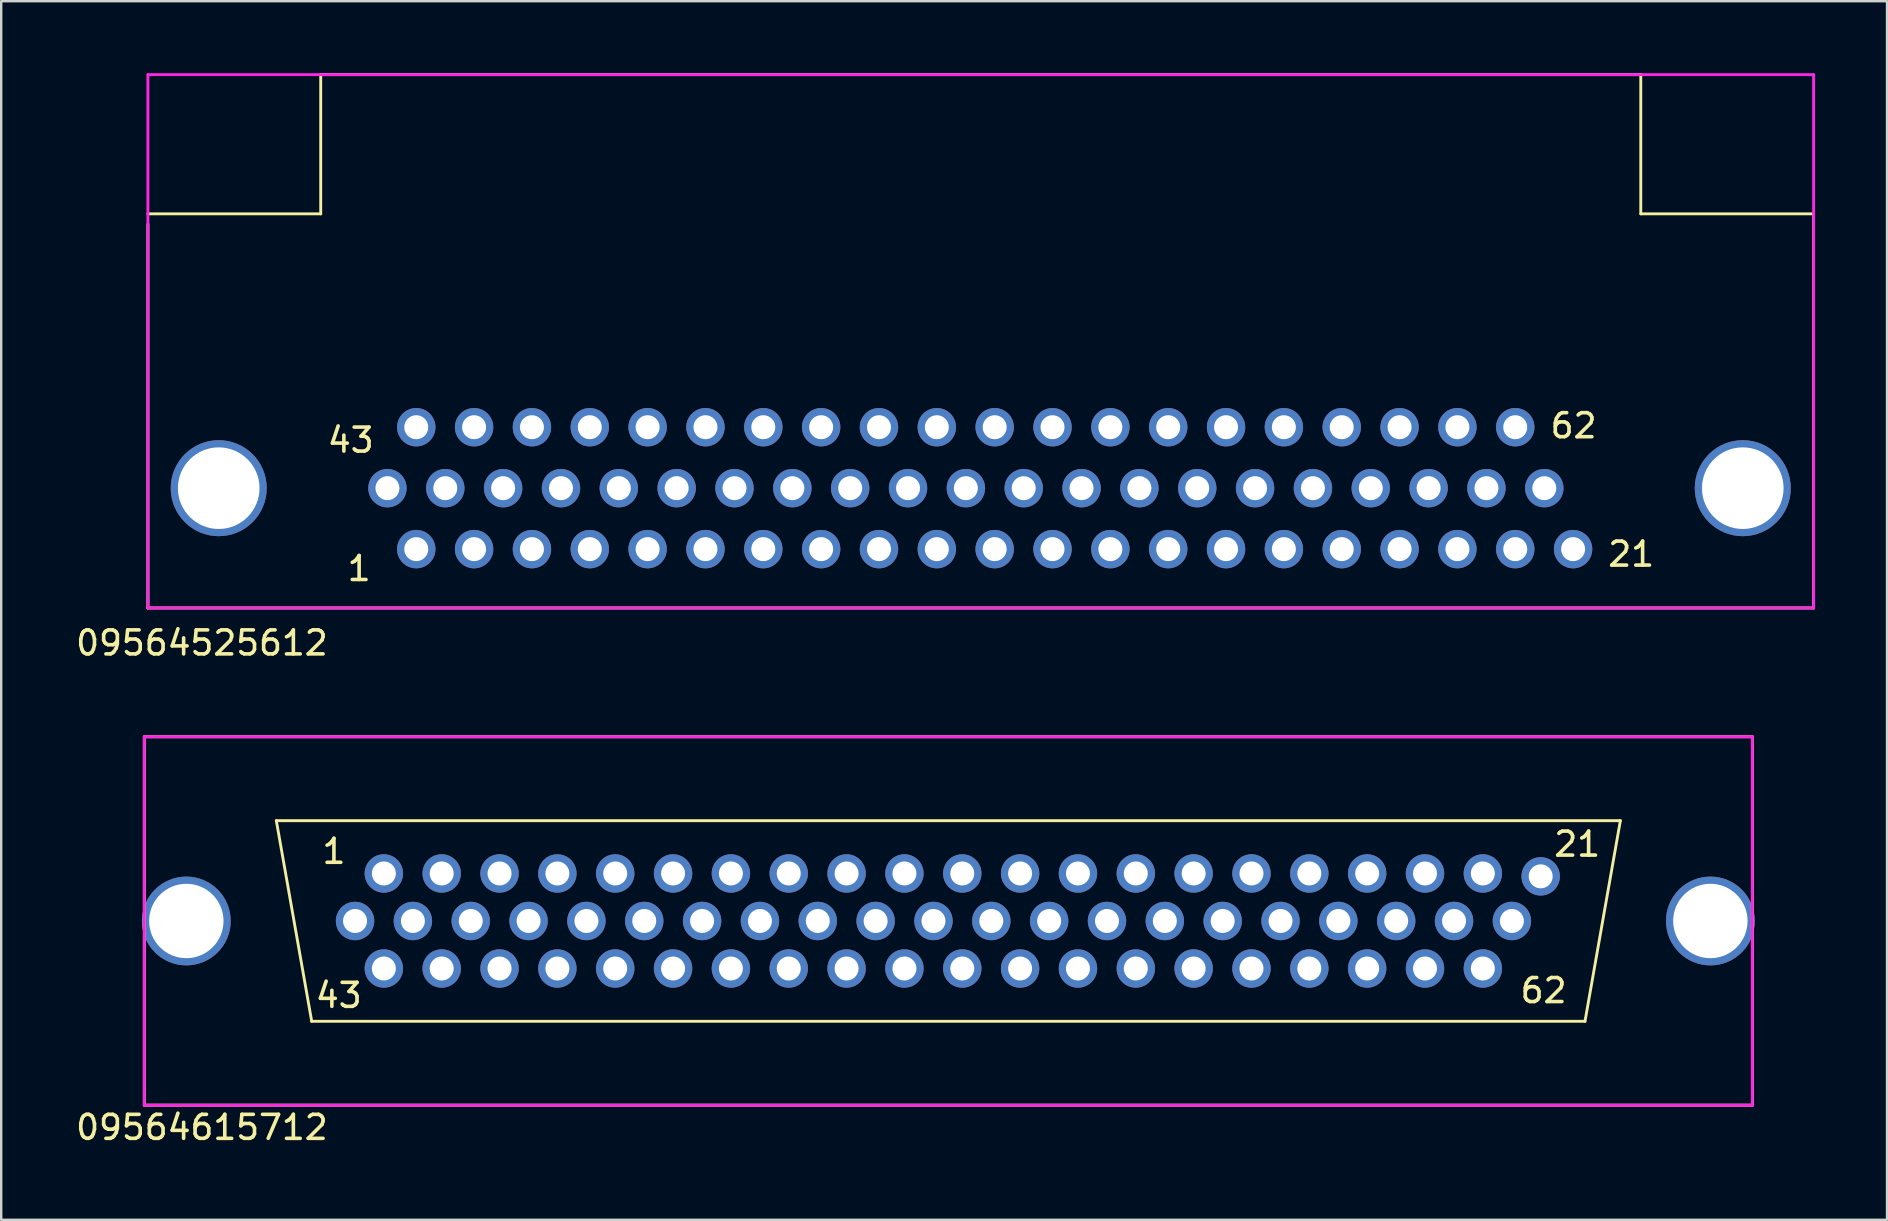
<source format=kicad_pcb>
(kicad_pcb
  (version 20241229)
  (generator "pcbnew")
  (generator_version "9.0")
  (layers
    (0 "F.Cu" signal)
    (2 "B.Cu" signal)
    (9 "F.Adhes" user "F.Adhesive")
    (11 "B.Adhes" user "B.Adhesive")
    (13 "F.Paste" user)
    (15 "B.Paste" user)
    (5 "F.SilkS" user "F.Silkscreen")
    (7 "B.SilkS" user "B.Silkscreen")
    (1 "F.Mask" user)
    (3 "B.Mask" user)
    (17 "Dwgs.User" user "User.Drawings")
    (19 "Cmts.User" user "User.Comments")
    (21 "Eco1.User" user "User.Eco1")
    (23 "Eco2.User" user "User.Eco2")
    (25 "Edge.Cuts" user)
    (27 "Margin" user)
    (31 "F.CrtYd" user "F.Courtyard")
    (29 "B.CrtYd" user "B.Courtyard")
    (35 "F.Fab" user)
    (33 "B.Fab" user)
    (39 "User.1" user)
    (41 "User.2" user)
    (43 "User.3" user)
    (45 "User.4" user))
  (footprint "09564615712"
    (layer "F.Cu")
    (at 36.463 35.323)
    (property "Reference" "09564615712" (at -31.1 8.6 0) (layer "F.SilkS") (effects (font (size 1 1) (thickness 0.15))))
    (attr through_hole)
    (fp_line (start -33.5 -7.675) (end 33.5 -7.675) (stroke (width 0.12) (type solid)) (layer "F.SilkS"))
    (fp_line (start -33.5 7.675) (end -33.5 -7.675) (stroke (width 0.12) (type solid)) (layer "F.SilkS"))
    (fp_line (start -28 -4.18) (end -26.526 4.18) (stroke (width 0.12) (type solid)) (layer "F.SilkS"))
    (fp_line (start -28 -4.18) (end 28 -4.18) (stroke (width 0.12) (type solid)) (layer "F.SilkS"))
    (fp_line (start -26.526 4.18) (end 26.526 4.18) (stroke (width 0.12) (type solid)) (layer "F.SilkS"))
    (fp_line (start 28 -4.18) (end 26.526 4.18) (stroke (width 0.12) (type solid)) (layer "F.SilkS"))
    (fp_line (start 33.5 -7.675) (end 33.5 7.675) (stroke (width 0.12) (type solid)) (layer "F.SilkS"))
    (fp_line (start 33.5 7.675) (end -33.5 7.675) (stroke (width 0.12) (type solid)) (layer "F.SilkS"))
    (fp_line (start -33.5 -7.675) (end 33.5 -7.675) (stroke (width 0.12) (type solid)) (layer "F.CrtYd"))
    (fp_line (start -33.5 7.675) (end -33.5 -7.675) (stroke (width 0.12) (type solid)) (layer "F.CrtYd"))
    (fp_line (start 33.5 -7.675) (end 33.5 7.675) (stroke (width 0.12) (type solid)) (layer "F.CrtYd"))
    (fp_line (start 33.5 7.675) (end -33.5 7.675) (stroke (width 0.12) (type solid)) (layer "F.CrtYd"))
    (fp_text user "43" (at -25.4 3.1 180) (layer "F.SilkS") (effects (font (size 1 1) (thickness 0.15))))
    (fp_text user "62" (at 24.8 2.9 180) (layer "F.SilkS") (effects (font (size 1 1) (thickness 0.15))))
    (fp_text user "1" (at -25.6 -2.9 0) (layer "F.SilkS") (effects (font (size 1 1) (thickness 0.15))))
    (fp_text user "21" (at 26.2 -3.2 180) (layer "F.SilkS") (effects (font (size 1 1) (thickness 0.15))))
    (pad "1" thru_hole circle (at -23.52 -1.98 180) (size 1.6 1.6) (drill 1) (layers "*.Cu" "*.Mask"))
    (pad "2" thru_hole circle (at -21.11 -1.98 180) (size 1.6 1.6) (drill 1) (layers "*.Cu" "*.Mask"))
    (pad "3" thru_hole circle (at -18.7 -1.98 180) (size 1.6 1.6) (drill 1) (layers "*.Cu" "*.Mask"))
    (pad "4" thru_hole circle (at -16.29 -1.98 180) (size 1.6 1.6) (drill 1) (layers "*.Cu" "*.Mask"))
    (pad "5" thru_hole circle (at -13.88 -1.98 180) (size 1.6 1.6) (drill 1) (layers "*.Cu" "*.Mask"))
    (pad "6" thru_hole circle (at -11.47 -1.98 180) (size 1.6 1.6) (drill 1) (layers "*.Cu" "*.Mask"))
    (pad "7" thru_hole circle (at -9.06 -1.98 180) (size 1.6 1.6) (drill 1) (layers "*.Cu" "*.Mask"))
    (pad "8" thru_hole circle (at -6.65 -1.98 180) (size 1.6 1.6) (drill 1) (layers "*.Cu" "*.Mask"))
    (pad "9" thru_hole circle (at -4.24 -1.98 180) (size 1.6 1.6) (drill 1) (layers "*.Cu" "*.Mask"))
    (pad "10" thru_hole circle (at -1.83 -1.98 180) (size 1.6 1.6) (drill 1) (layers "*.Cu" "*.Mask"))
    (pad "11" thru_hole circle (at 0.58 -1.98 180) (size 1.6 1.6) (drill 1) (layers "*.Cu" "*.Mask"))
    (pad "12" thru_hole circle (at 2.99 -1.98 180) (size 1.6 1.6) (drill 1) (layers "*.Cu" "*.Mask"))
    (pad "13" thru_hole circle (at 5.4 -1.98 180) (size 1.6 1.6) (drill 1) (layers "*.Cu" "*.Mask"))
    (pad "14" thru_hole circle (at 7.81 -1.98 180) (size 1.6 1.6) (drill 1) (layers "*.Cu" "*.Mask"))
    (pad "15" thru_hole circle (at 10.22 -1.98 180) (size 1.6 1.6) (drill 1) (layers "*.Cu" "*.Mask"))
    (pad "16" thru_hole circle (at 12.63 -1.98 180) (size 1.6 1.6) (drill 1) (layers "*.Cu" "*.Mask"))
    (pad "17" thru_hole circle (at 15.04 -1.98 180) (size 1.6 1.6) (drill 1) (layers "*.Cu" "*.Mask"))
    (pad "18" thru_hole circle (at 17.45 -1.98 180) (size 1.6 1.6) (drill 1) (layers "*.Cu" "*.Mask"))
    (pad "19" thru_hole circle (at 19.86 -1.98 180) (size 1.6 1.6) (drill 1) (layers "*.Cu" "*.Mask"))
    (pad "20" thru_hole circle (at 22.27 -1.98 180) (size 1.6 1.6) (drill 1) (layers "*.Cu" "*.Mask"))
    (pad "21" thru_hole circle (at 24.68 -1.86 180) (size 1.6 1.6) (drill 1) (layers "*.Cu" "*.Mask"))
    (pad "22" thru_hole circle (at -24.72 0 180) (size 1.6 1.6) (drill 1) (layers "*.Cu" "*.Mask"))
    (pad "23" thru_hole circle (at -22.31 0 180) (size 1.6 1.6) (drill 1) (layers "*.Cu" "*.Mask"))
    (pad "24" thru_hole circle (at -19.9 0 180) (size 1.6 1.6) (drill 1) (layers "*.Cu" "*.Mask"))
    (pad "25" thru_hole circle (at -17.49 0 180) (size 1.6 1.6) (drill 1) (layers "*.Cu" "*.Mask"))
    (pad "26" thru_hole circle (at -15.08 0 180) (size 1.6 1.6) (drill 1) (layers "*.Cu" "*.Mask"))
    (pad "27" thru_hole circle (at -12.67 0 180) (size 1.6 1.6) (drill 1) (layers "*.Cu" "*.Mask"))
    (pad "28" thru_hole circle (at -10.26 0 180) (size 1.6 1.6) (drill 1) (layers "*.Cu" "*.Mask"))
    (pad "29" thru_hole circle (at -7.85 0 180) (size 1.6 1.6) (drill 1) (layers "*.Cu" "*.Mask"))
    (pad "30" thru_hole circle (at -5.44 0 180) (size 1.6 1.6) (drill 1) (layers "*.Cu" "*.Mask"))
    (pad "31" thru_hole circle (at -3.03 0 180) (size 1.6 1.6) (drill 1) (layers "*.Cu" "*.Mask"))
    (pad "32" thru_hole circle (at -0.62 0 180) (size 1.6 1.6) (drill 1) (layers "*.Cu" "*.Mask"))
    (pad "33" thru_hole circle (at 1.79 0 180) (size 1.6 1.6) (drill 1) (layers "*.Cu" "*.Mask"))
    (pad "34" thru_hole circle (at 4.2 0 180) (size 1.6 1.6) (drill 1) (layers "*.Cu" "*.Mask"))
    (pad "35" thru_hole circle (at 6.61 0 180) (size 1.6 1.6) (drill 1) (layers "*.Cu" "*.Mask"))
    (pad "36" thru_hole circle (at 9.02 0 180) (size 1.6 1.6) (drill 1) (layers "*.Cu" "*.Mask"))
    (pad "37" thru_hole circle (at 11.43 0 180) (size 1.6 1.6) (drill 1) (layers "*.Cu" "*.Mask"))
    (pad "38" thru_hole circle (at 13.84 0 180) (size 1.6 1.6) (drill 1) (layers "*.Cu" "*.Mask"))
    (pad "39" thru_hole circle (at 16.25 0 180) (size 1.6 1.6) (drill 1) (layers "*.Cu" "*.Mask"))
    (pad "40" thru_hole circle (at 18.66 0 180) (size 1.6 1.6) (drill 1) (layers "*.Cu" "*.Mask"))
    (pad "41" thru_hole circle (at 21.07 0 180) (size 1.6 1.6) (drill 1) (layers "*.Cu" "*.Mask"))
    (pad "42" thru_hole circle (at 23.48 0 180) (size 1.6 1.6) (drill 1) (layers "*.Cu" "*.Mask"))
    (pad "43" thru_hole circle (at -23.52 1.98 180) (size 1.6 1.6) (drill 1) (layers "*.Cu" "*.Mask"))
    (pad "44" thru_hole circle (at -21.11 1.98 180) (size 1.6 1.6) (drill 1) (layers "*.Cu" "*.Mask"))
    (pad "45" thru_hole circle (at -18.7 1.98 180) (size 1.6 1.6) (drill 1) (layers "*.Cu" "*.Mask"))
    (pad "46" thru_hole circle (at -16.29 1.98 180) (size 1.6 1.6) (drill 1) (layers "*.Cu" "*.Mask"))
    (pad "47" thru_hole circle (at -13.88 1.98 180) (size 1.6 1.6) (drill 1) (layers "*.Cu" "*.Mask"))
    (pad "48" thru_hole circle (at -11.47 1.98 180) (size 1.6 1.6) (drill 1) (layers "*.Cu" "*.Mask"))
    (pad "49" thru_hole circle (at -9.06 1.98 180) (size 1.6 1.6) (drill 1) (layers "*.Cu" "*.Mask"))
    (pad "50" thru_hole circle (at -6.65 1.98 180) (size 1.6 1.6) (drill 1) (layers "*.Cu" "*.Mask"))
    (pad "51" thru_hole circle (at -4.24 1.98 180) (size 1.6 1.6) (drill 1) (layers "*.Cu" "*.Mask"))
    (pad "52" thru_hole circle (at -1.83 1.98 180) (size 1.6 1.6) (drill 1) (layers "*.Cu" "*.Mask"))
    (pad "53" thru_hole circle (at 0.58 1.98 180) (size 1.6 1.6) (drill 1) (layers "*.Cu" "*.Mask"))
    (pad "54" thru_hole circle (at 2.99 1.98 180) (size 1.6 1.6) (drill 1) (layers "*.Cu" "*.Mask"))
    (pad "55" thru_hole circle (at 5.4 1.98 180) (size 1.6 1.6) (drill 1) (layers "*.Cu" "*.Mask"))
    (pad "56" thru_hole circle (at 7.81 1.98 180) (size 1.6 1.6) (drill 1) (layers "*.Cu" "*.Mask"))
    (pad "57" thru_hole circle (at 10.22 1.98 180) (size 1.6 1.6) (drill 1) (layers "*.Cu" "*.Mask"))
    (pad "58" thru_hole circle (at 12.63 1.98 180) (size 1.6 1.6) (drill 1) (layers "*.Cu" "*.Mask"))
    (pad "59" thru_hole circle (at 15.04 1.98 180) (size 1.6 1.6) (drill 1) (layers "*.Cu" "*.Mask"))
    (pad "60" thru_hole circle (at 17.45 1.98 180) (size 1.6 1.6) (drill 1) (layers "*.Cu" "*.Mask"))
    (pad "61" thru_hole circle (at 19.86 1.98 180) (size 1.6 1.6) (drill 1) (layers "*.Cu" "*.Mask"))
    (pad "62" thru_hole circle (at 22.27 1.98 180) (size 1.6 1.6) (drill 1) (layers "*.Cu" "*.Mask"))
    (pad "SLD" thru_hole circle (at -31.75 0) (size 3.7 3.7) (drill 3.1) (layers "*.Cu" "*.Mask"))
    (pad "SLD" thru_hole circle (at 31.75 0) (size 3.7 3.7) (drill 3.1) (layers "*.Cu" "*.Mask")))
  (footprint "09564525612"
    (layer "F.Cu")
    (at 37.813 17.29)
    (property "Reference" "09564525612" (at -32.45 6.45 0) (layer "F.SilkS") (effects (font (size 1 1) (thickness 0.15))))
    (attr through_hole)
    (fp_line (start -34.7 -11.43) (end -27.5 -11.43) (stroke (width 0.12) (type solid)) (layer "F.SilkS"))
    (fp_line (start -34.7 4.99) (end -34.7 -11) (stroke (width 0.12) (type solid)) (layer "F.SilkS"))
    (fp_line (start -27.5 -17.23) (end -27.5 -11.43) (stroke (width 0.12) (type solid)) (layer "F.SilkS"))
    (fp_line (start -27.5 -17.23) (end 27.5 -17.23) (stroke (width 0.12) (type solid)) (layer "F.SilkS"))
    (fp_line (start 27.5 -17.23) (end 27.5 -11.43) (stroke (width 0.12) (type solid)) (layer "F.SilkS"))
    (fp_line (start 34.7 -11.43) (end 27.5 -11.43) (stroke (width 0.12) (type solid)) (layer "F.SilkS"))
    (fp_line (start 34.7 -11.43) (end 34.7 4.99) (stroke (width 0.12) (type solid)) (layer "F.SilkS"))
    (fp_line (start 34.7 4.99) (end -34.7 4.99) (stroke (width 0.12) (type solid)) (layer "F.SilkS"))
    (fp_line (start -34.7 -17.23) (end 34.7 -17.23) (stroke (width 0.12) (type solid)) (layer "F.CrtYd"))
    (fp_line (start -34.7 4.99) (end -34.7 -17.23) (stroke (width 0.12) (type solid)) (layer "F.CrtYd"))
    (fp_line (start 34.7 -17.23) (end 34.7 4.99) (stroke (width 0.12) (type solid)) (layer "F.CrtYd"))
    (fp_line (start 34.7 4.99) (end -34.7 4.99) (stroke (width 0.12) (type solid)) (layer "F.CrtYd"))
    (fp_text user "62" (at 24.7 -2.6 0) (layer "F.SilkS") (effects (font (size 1 1) (thickness 0.15))))
    (fp_text user "43" (at -26.25 -2 0) (layer "F.SilkS") (effects (font (size 1 1) (thickness 0.15))))
    (fp_text user "1" (at -25.9 3.35 0) (layer "F.SilkS") (effects (font (size 1 1) (thickness 0.15))))
    (fp_text user "21" (at 27.1 2.75 0) (layer "F.SilkS") (effects (font (size 1 1) (thickness 0.15))))
    (pad "1" thru_hole circle (at -23.52 2.54) (size 1.6 1.6) (drill 1) (layers "*.Cu" "*.Mask"))
    (pad "2" thru_hole circle (at -21.11 2.54) (size 1.6 1.6) (drill 1) (layers "*.Cu" "*.Mask"))
    (pad "3" thru_hole circle (at -18.7 2.54) (size 1.6 1.6) (drill 1) (layers "*.Cu" "*.Mask"))
    (pad "4" thru_hole circle (at -16.29 2.54) (size 1.6 1.6) (drill 1) (layers "*.Cu" "*.Mask"))
    (pad "5" thru_hole circle (at -13.88 2.54) (size 1.6 1.6) (drill 1) (layers "*.Cu" "*.Mask"))
    (pad "6" thru_hole circle (at -11.47 2.54) (size 1.6 1.6) (drill 1) (layers "*.Cu" "*.Mask"))
    (pad "7" thru_hole circle (at -9.06 2.54) (size 1.6 1.6) (drill 1) (layers "*.Cu" "*.Mask"))
    (pad "8" thru_hole circle (at -6.65 2.54) (size 1.6 1.6) (drill 1) (layers "*.Cu" "*.Mask"))
    (pad "9" thru_hole circle (at -4.24 2.54) (size 1.6 1.6) (drill 1) (layers "*.Cu" "*.Mask"))
    (pad "10" thru_hole circle (at -1.83 2.54) (size 1.6 1.6) (drill 1) (layers "*.Cu" "*.Mask"))
    (pad "11" thru_hole circle (at 0.58 2.54) (size 1.6 1.6) (drill 1) (layers "*.Cu" "*.Mask"))
    (pad "12" thru_hole circle (at 2.99 2.54) (size 1.6 1.6) (drill 1) (layers "*.Cu" "*.Mask"))
    (pad "13" thru_hole circle (at 5.4 2.54) (size 1.6 1.6) (drill 1) (layers "*.Cu" "*.Mask"))
    (pad "14" thru_hole circle (at 7.81 2.54) (size 1.6 1.6) (drill 1) (layers "*.Cu" "*.Mask"))
    (pad "15" thru_hole circle (at 10.22 2.54) (size 1.6 1.6) (drill 1) (layers "*.Cu" "*.Mask"))
    (pad "16" thru_hole circle (at 12.63 2.54) (size 1.6 1.6) (drill 1) (layers "*.Cu" "*.Mask"))
    (pad "17" thru_hole circle (at 15.04 2.54) (size 1.6 1.6) (drill 1) (layers "*.Cu" "*.Mask"))
    (pad "18" thru_hole circle (at 17.45 2.54) (size 1.6 1.6) (drill 1) (layers "*.Cu" "*.Mask"))
    (pad "19" thru_hole circle (at 19.86 2.54) (size 1.6 1.6) (drill 1) (layers "*.Cu" "*.Mask"))
    (pad "20" thru_hole circle (at 22.27 2.54) (size 1.6 1.6) (drill 1) (layers "*.Cu" "*.Mask"))
    (pad "21" thru_hole circle (at 24.68 2.54) (size 1.6 1.6) (drill 1) (layers "*.Cu" "*.Mask"))
    (pad "22" thru_hole circle (at -24.72 0) (size 1.6 1.6) (drill 1) (layers "*.Cu" "*.Mask"))
    (pad "23" thru_hole circle (at -22.31 0) (size 1.6 1.6) (drill 1) (layers "*.Cu" "*.Mask"))
    (pad "24" thru_hole circle (at -19.9 0) (size 1.6 1.6) (drill 1) (layers "*.Cu" "*.Mask"))
    (pad "25" thru_hole circle (at -17.49 0) (size 1.6 1.6) (drill 1) (layers "*.Cu" "*.Mask"))
    (pad "26" thru_hole circle (at -15.08 0) (size 1.6 1.6) (drill 1) (layers "*.Cu" "*.Mask"))
    (pad "27" thru_hole circle (at -12.67 0) (size 1.6 1.6) (drill 1) (layers "*.Cu" "*.Mask"))
    (pad "28" thru_hole circle (at -10.26 0) (size 1.6 1.6) (drill 1) (layers "*.Cu" "*.Mask"))
    (pad "29" thru_hole circle (at -7.85 0) (size 1.6 1.6) (drill 1) (layers "*.Cu" "*.Mask"))
    (pad "30" thru_hole circle (at -5.44 0) (size 1.6 1.6) (drill 1) (layers "*.Cu" "*.Mask"))
    (pad "31" thru_hole circle (at -3.03 0) (size 1.6 1.6) (drill 1) (layers "*.Cu" "*.Mask"))
    (pad "32" thru_hole circle (at -0.62 0) (size 1.6 1.6) (drill 1) (layers "*.Cu" "*.Mask"))
    (pad "33" thru_hole circle (at 1.79 0) (size 1.6 1.6) (drill 1) (layers "*.Cu" "*.Mask"))
    (pad "34" thru_hole circle (at 4.2 0) (size 1.6 1.6) (drill 1) (layers "*.Cu" "*.Mask"))
    (pad "35" thru_hole circle (at 6.61 0) (size 1.6 1.6) (drill 1) (layers "*.Cu" "*.Mask"))
    (pad "36" thru_hole circle (at 9.02 0) (size 1.6 1.6) (drill 1) (layers "*.Cu" "*.Mask"))
    (pad "37" thru_hole circle (at 11.43 0) (size 1.6 1.6) (drill 1) (layers "*.Cu" "*.Mask"))
    (pad "38" thru_hole circle (at 13.84 0) (size 1.6 1.6) (drill 1) (layers "*.Cu" "*.Mask"))
    (pad "39" thru_hole circle (at 16.25 0) (size 1.6 1.6) (drill 1) (layers "*.Cu" "*.Mask"))
    (pad "40" thru_hole circle (at 18.66 0) (size 1.6 1.6) (drill 1) (layers "*.Cu" "*.Mask"))
    (pad "41" thru_hole circle (at 21.07 0) (size 1.6 1.6) (drill 1) (layers "*.Cu" "*.Mask"))
    (pad "42" thru_hole circle (at 23.48 0) (size 1.6 1.6) (drill 1) (layers "*.Cu" "*.Mask"))
    (pad "43" thru_hole circle (at -23.52 -2.54) (size 1.6 1.6) (drill 1) (layers "*.Cu" "*.Mask"))
    (pad "44" thru_hole circle (at -21.11 -2.54) (size 1.6 1.6) (drill 1) (layers "*.Cu" "*.Mask"))
    (pad "45" thru_hole circle (at -18.7 -2.54) (size 1.6 1.6) (drill 1) (layers "*.Cu" "*.Mask"))
    (pad "46" thru_hole circle (at -16.29 -2.54) (size 1.6 1.6) (drill 1) (layers "*.Cu" "*.Mask"))
    (pad "47" thru_hole circle (at -13.88 -2.54) (size 1.6 1.6) (drill 1) (layers "*.Cu" "*.Mask"))
    (pad "48" thru_hole circle (at -11.47 -2.54) (size 1.6 1.6) (drill 1) (layers "*.Cu" "*.Mask"))
    (pad "49" thru_hole circle (at -9.06 -2.54) (size 1.6 1.6) (drill 1) (layers "*.Cu" "*.Mask"))
    (pad "50" thru_hole circle (at -6.65 -2.54) (size 1.6 1.6) (drill 1) (layers "*.Cu" "*.Mask"))
    (pad "51" thru_hole circle (at -4.24 -2.54) (size 1.6 1.6) (drill 1) (layers "*.Cu" "*.Mask"))
    (pad "52" thru_hole circle (at -1.83 -2.54) (size 1.6 1.6) (drill 1) (layers "*.Cu" "*.Mask"))
    (pad "53" thru_hole circle (at 0.58 -2.54) (size 1.6 1.6) (drill 1) (layers "*.Cu" "*.Mask"))
    (pad "54" thru_hole circle (at 2.99 -2.54) (size 1.6 1.6) (drill 1) (layers "*.Cu" "*.Mask"))
    (pad "55" thru_hole circle (at 5.4 -2.54) (size 1.6 1.6) (drill 1) (layers "*.Cu" "*.Mask"))
    (pad "56" thru_hole circle (at 7.81 -2.54) (size 1.6 1.6) (drill 1) (layers "*.Cu" "*.Mask"))
    (pad "57" thru_hole circle (at 10.22 -2.54) (size 1.6 1.6) (drill 1) (layers "*.Cu" "*.Mask"))
    (pad "58" thru_hole circle (at 12.63 -2.54) (size 1.6 1.6) (drill 1) (layers "*.Cu" "*.Mask"))
    (pad "59" thru_hole circle (at 15.04 -2.54) (size 1.6 1.6) (drill 1) (layers "*.Cu" "*.Mask"))
    (pad "60" thru_hole circle (at 17.45 -2.54) (size 1.6 1.6) (drill 1) (layers "*.Cu" "*.Mask"))
    (pad "61" thru_hole circle (at 19.86 -2.54) (size 1.6 1.6) (drill 1) (layers "*.Cu" "*.Mask"))
    (pad "62" thru_hole circle (at 22.27 -2.54) (size 1.6 1.6) (drill 1) (layers "*.Cu" "*.Mask"))
    (pad "SLD" thru_hole circle (at -31.75 0) (size 4 4) (drill 3.4) (layers "*.Cu" "*.Mask"))
    (pad "SLD" thru_hole circle (at 31.75 0) (size 4 4) (drill 3.4) (layers "*.Cu" "*.Mask")))
  (gr_rect
    (start -3 -3)
    (end 75.573 47.772)
    (stroke (width 0.1) (type default))
    (fill no)
    (layer "Edge.Cuts")))
</source>
